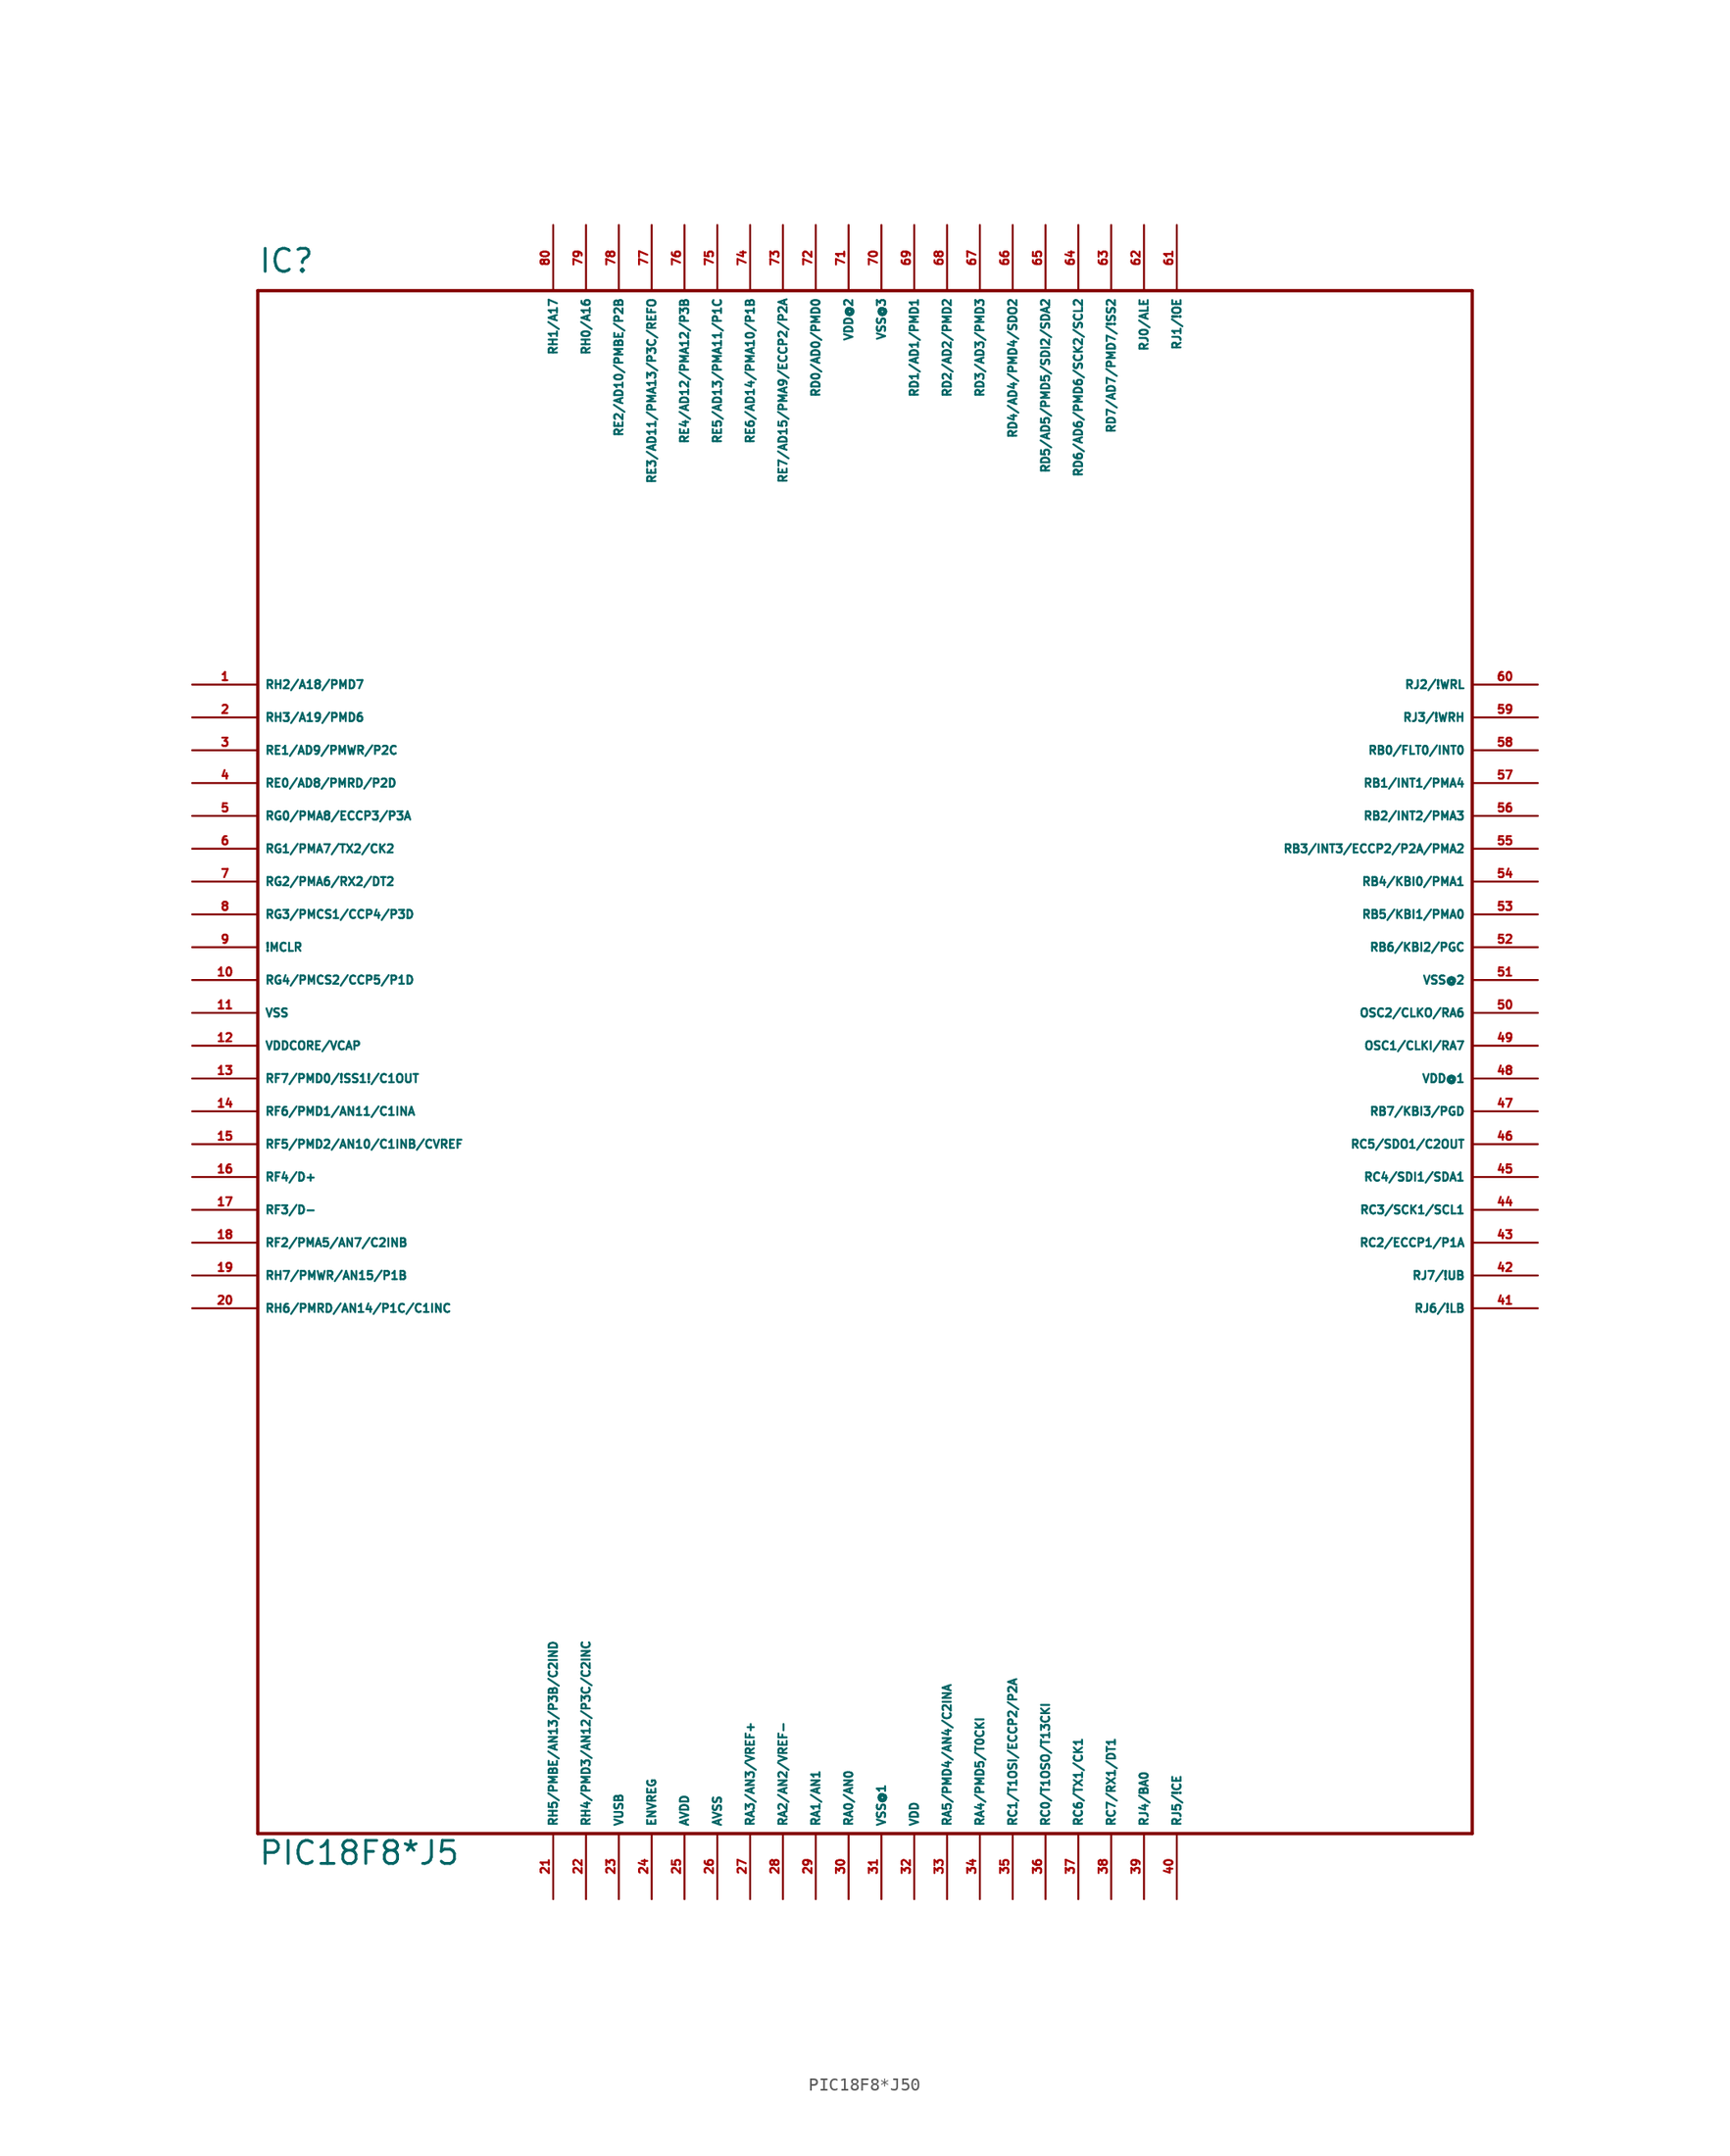
<source format=kicad_sym>
(kicad_symbol_lib
  (version 20220914)
  (generator Eagle2Kicad)
  (symbol "PIC18F8*J50"
    (property "Reference" "IC"
      (at -48.26 54.61 0)
      (effects (font (size 1.778 1.778) (thickness 0.22)) (justify left bottom)))
    (property "Value" "PIC18F8*J5"
      (at -48.26 -68.58 0)
      (effects (font (size 1.778 1.778) (thickness 0.22)) (justify left bottom)))
    (polyline
      (pts (xy -48.26 -66.04) (xy 45.72 -66.04))
      (stroke (width 0.254) (type default))
      (fill (type none)))
    (polyline
      (pts (xy 45.72 -66.04) (xy 45.72 53.34))
      (stroke (width 0.254) (type default))
      (fill (type none)))
    (polyline
      (pts (xy 45.72 53.34) (xy -48.26 53.34))
      (stroke (width 0.254) (type default))
      (fill (type none)))
    (polyline
      (pts (xy -48.26 53.34) (xy -48.26 -66.04))
      (stroke (width 0.254) (type default))
      (fill (type none)))
    (pin bidirectional line
      (at -53.34 22.86 0)
      (length 5.08)
      (name "RH2/A18/PMD7" (effects (font (size 0.635 0.635) (thickness 0.08)) (justify left bottom)))
      (number "1" (effects (font (size 0.635 0.635) (thickness 0.08)) (justify left bottom))))
    (pin bidirectional line
      (at -53.34 20.32 0)
      (length 5.08)
      (name "RH3/A19/PMD6" (effects (font (size 0.635 0.635) (thickness 0.08)) (justify left bottom)))
      (number "2" (effects (font (size 0.635 0.635) (thickness 0.08)) (justify left bottom))))
    (pin bidirectional line
      (at -53.34 17.78 0)
      (length 5.08)
      (name "RE1/AD9/PMWR/P2C" (effects (font (size 0.635 0.635) (thickness 0.08)) (justify left bottom)))
      (number "3" (effects (font (size 0.635 0.635) (thickness 0.08)) (justify left bottom))))
    (pin bidirectional line
      (at -53.34 15.24 0)
      (length 5.08)
      (name "RE0/AD8/PMRD/P2D" (effects (font (size 0.635 0.635) (thickness 0.08)) (justify left bottom)))
      (number "4" (effects (font (size 0.635 0.635) (thickness 0.08)) (justify left bottom))))
    (pin bidirectional line
      (at -53.34 12.7 0)
      (length 5.08)
      (name "RG0/PMA8/ECCP3/P3A" (effects (font (size 0.635 0.635) (thickness 0.08)) (justify left bottom)))
      (number "5" (effects (font (size 0.635 0.635) (thickness 0.08)) (justify left bottom))))
    (pin bidirectional line
      (at -53.34 10.16 0)
      (length 5.08)
      (name "RG1/PMA7/TX2/CK2" (effects (font (size 0.635 0.635) (thickness 0.08)) (justify left bottom)))
      (number "6" (effects (font (size 0.635 0.635) (thickness 0.08)) (justify left bottom))))
    (pin bidirectional line
      (at -53.34 7.62 0)
      (length 5.08)
      (name "RG2/PMA6/RX2/DT2" (effects (font (size 0.635 0.635) (thickness 0.08)) (justify left bottom)))
      (number "7" (effects (font (size 0.635 0.635) (thickness 0.08)) (justify left bottom))))
    (pin bidirectional line
      (at -53.34 5.08 0)
      (length 5.08)
      (name "RG3/PMCS1/CCP4/P3D" (effects (font (size 0.635 0.635) (thickness 0.08)) (justify left bottom)))
      (number "8" (effects (font (size 0.635 0.635) (thickness 0.08)) (justify left bottom))))
    (pin input line
      (at -53.34 2.54 0)
      (length 5.08)
      (name "!MCLR" (effects (font (size 0.635 0.635) (thickness 0.08)) (justify left bottom)))
      (number "9" (effects (font (size 0.635 0.635) (thickness 0.08)) (justify left bottom))))
    (pin bidirectional line
      (at -53.34 0 0)
      (length 5.08)
      (name "RG4/PMCS2/CCP5/P1D" (effects (font (size 0.635 0.635) (thickness 0.08)) (justify left bottom)))
      (number "10" (effects (font (size 0.635 0.635) (thickness 0.08)) (justify left bottom))))
    (pin unspecified line
      (at -53.34 -2.54 0)
      (length 5.08)
      (name "VSS" (effects (font (size 0.635 0.635) (thickness 0.08)) (justify left bottom)))
      (number "11" (effects (font (size 0.635 0.635) (thickness 0.08)) (justify left bottom))))
    (pin bidirectional line
      (at -53.34 -5.08 0)
      (length 5.08)
      (name "VDDCORE/VCAP" (effects (font (size 0.635 0.635) (thickness 0.08)) (justify left bottom)))
      (number "12" (effects (font (size 0.635 0.635) (thickness 0.08)) (justify left bottom))))
    (pin bidirectional line
      (at -53.34 -7.62 0)
      (length 5.08)
      (name "RF7/PMD0/!SS1!/C1OUT" (effects (font (size 0.635 0.635) (thickness 0.08)) (justify left bottom)))
      (number "13" (effects (font (size 0.635 0.635) (thickness 0.08)) (justify left bottom))))
    (pin bidirectional line
      (at -53.34 -10.16 0)
      (length 5.08)
      (name "RF6/PMD1/AN11/C1INA" (effects (font (size 0.635 0.635) (thickness 0.08)) (justify left bottom)))
      (number "14" (effects (font (size 0.635 0.635) (thickness 0.08)) (justify left bottom))))
    (pin bidirectional line
      (at -53.34 -12.7 0)
      (length 5.08)
      (name "RF5/PMD2/AN10/C1INB/CVREF" (effects (font (size 0.635 0.635) (thickness 0.08)) (justify left bottom)))
      (number "15" (effects (font (size 0.635 0.635) (thickness 0.08)) (justify left bottom))))
    (pin bidirectional line
      (at -53.34 -15.24 0)
      (length 5.08)
      (name "RF4/D+" (effects (font (size 0.635 0.635) (thickness 0.08)) (justify left bottom)))
      (number "16" (effects (font (size 0.635 0.635) (thickness 0.08)) (justify left bottom))))
    (pin bidirectional line
      (at -53.34 -17.78 0)
      (length 5.08)
      (name "RF3/D-" (effects (font (size 0.635 0.635) (thickness 0.08)) (justify left bottom)))
      (number "17" (effects (font (size 0.635 0.635) (thickness 0.08)) (justify left bottom))))
    (pin bidirectional line
      (at -53.34 -20.32 0)
      (length 5.08)
      (name "RF2/PMA5/AN7/C2INB" (effects (font (size 0.635 0.635) (thickness 0.08)) (justify left bottom)))
      (number "18" (effects (font (size 0.635 0.635) (thickness 0.08)) (justify left bottom))))
    (pin bidirectional line
      (at -53.34 -22.86 0)
      (length 5.08)
      (name "RH7/PMWR/AN15/P1B" (effects (font (size 0.635 0.635) (thickness 0.08)) (justify left bottom)))
      (number "19" (effects (font (size 0.635 0.635) (thickness 0.08)) (justify left bottom))))
    (pin bidirectional line
      (at -53.34 -25.4 0)
      (length 5.08)
      (name "RH6/PMRD/AN14/P1C/C1INC" (effects (font (size 0.635 0.635) (thickness 0.08)) (justify left bottom)))
      (number "20" (effects (font (size 0.635 0.635) (thickness 0.08)) (justify left bottom))))
    (pin bidirectional line
      (at -25.4 -71.12 90)
      (length 5.08)
      (name "RH5/PMBE/AN13/P3B/C2IND" (effects (font (size 0.635 0.635) (thickness 0.08)) (justify left bottom)))
      (number "21" (effects (font (size 0.635 0.635) (thickness 0.08)) (justify left bottom))))
    (pin bidirectional line
      (at -22.86 -71.12 90)
      (length 5.08)
      (name "RH4/PMD3/AN12/P3C/C2INC" (effects (font (size 0.635 0.635) (thickness 0.08)) (justify left bottom)))
      (number "22" (effects (font (size 0.635 0.635) (thickness 0.08)) (justify left bottom))))
    (pin input line
      (at -20.32 -71.12 90)
      (length 5.08)
      (name "VUSB" (effects (font (size 0.635 0.635) (thickness 0.08)) (justify left bottom)))
      (number "23" (effects (font (size 0.635 0.635) (thickness 0.08)) (justify left bottom))))
    (pin input line
      (at -17.78 -71.12 90)
      (length 5.08)
      (name "ENVREG" (effects (font (size 0.635 0.635) (thickness 0.08)) (justify left bottom)))
      (number "24" (effects (font (size 0.635 0.635) (thickness 0.08)) (justify left bottom))))
    (pin bidirectional line
      (at -15.24 -71.12 90)
      (length 5.08)
      (name "AVDD" (effects (font (size 0.635 0.635) (thickness 0.08)) (justify left bottom)))
      (number "25" (effects (font (size 0.635 0.635) (thickness 0.08)) (justify left bottom))))
    (pin bidirectional line
      (at -12.7 -71.12 90)
      (length 5.08)
      (name "AVSS" (effects (font (size 0.635 0.635) (thickness 0.08)) (justify left bottom)))
      (number "26" (effects (font (size 0.635 0.635) (thickness 0.08)) (justify left bottom))))
    (pin bidirectional line
      (at -10.16 -71.12 90)
      (length 5.08)
      (name "RA3/AN3/VREF+" (effects (font (size 0.635 0.635) (thickness 0.08)) (justify left bottom)))
      (number "27" (effects (font (size 0.635 0.635) (thickness 0.08)) (justify left bottom))))
    (pin bidirectional line
      (at -7.62 -71.12 90)
      (length 5.08)
      (name "RA2/AN2/VREF-" (effects (font (size 0.635 0.635) (thickness 0.08)) (justify left bottom)))
      (number "28" (effects (font (size 0.635 0.635) (thickness 0.08)) (justify left bottom))))
    (pin bidirectional line
      (at -5.08 -71.12 90)
      (length 5.08)
      (name "RA1/AN1" (effects (font (size 0.635 0.635) (thickness 0.08)) (justify left bottom)))
      (number "29" (effects (font (size 0.635 0.635) (thickness 0.08)) (justify left bottom))))
    (pin bidirectional line
      (at -2.54 -71.12 90)
      (length 5.08)
      (name "RA0/AN0" (effects (font (size 0.635 0.635) (thickness 0.08)) (justify left bottom)))
      (number "30" (effects (font (size 0.635 0.635) (thickness 0.08)) (justify left bottom))))
    (pin unspecified line
      (at 0 -71.12 90)
      (length 5.08)
      (name "VSS@1" (effects (font (size 0.635 0.635) (thickness 0.08)) (justify left bottom)))
      (number "31" (effects (font (size 0.635 0.635) (thickness 0.08)) (justify left bottom))))
    (pin unspecified line
      (at 2.54 -71.12 90)
      (length 5.08)
      (name "VDD" (effects (font (size 0.635 0.635) (thickness 0.08)) (justify left bottom)))
      (number "32" (effects (font (size 0.635 0.635) (thickness 0.08)) (justify left bottom))))
    (pin bidirectional line
      (at 5.08 -71.12 90)
      (length 5.08)
      (name "RA5/PMD4/AN4/C2INA" (effects (font (size 0.635 0.635) (thickness 0.08)) (justify left bottom)))
      (number "33" (effects (font (size 0.635 0.635) (thickness 0.08)) (justify left bottom))))
    (pin bidirectional line
      (at 7.62 -71.12 90)
      (length 5.08)
      (name "RA4/PMD5/T0CKI" (effects (font (size 0.635 0.635) (thickness 0.08)) (justify left bottom)))
      (number "34" (effects (font (size 0.635 0.635) (thickness 0.08)) (justify left bottom))))
    (pin bidirectional line
      (at 10.16 -71.12 90)
      (length 5.08)
      (name "RC1/T1OSI/ECCP2/P2A" (effects (font (size 0.635 0.635) (thickness 0.08)) (justify left bottom)))
      (number "35" (effects (font (size 0.635 0.635) (thickness 0.08)) (justify left bottom))))
    (pin bidirectional line
      (at 12.7 -71.12 90)
      (length 5.08)
      (name "RC0/T1OSO/T13CKI" (effects (font (size 0.635 0.635) (thickness 0.08)) (justify left bottom)))
      (number "36" (effects (font (size 0.635 0.635) (thickness 0.08)) (justify left bottom))))
    (pin bidirectional line
      (at 15.24 -71.12 90)
      (length 5.08)
      (name "RC6/TX1/CK1" (effects (font (size 0.635 0.635) (thickness 0.08)) (justify left bottom)))
      (number "37" (effects (font (size 0.635 0.635) (thickness 0.08)) (justify left bottom))))
    (pin bidirectional line
      (at 17.78 -71.12 90)
      (length 5.08)
      (name "RC7/RX1/DT1" (effects (font (size 0.635 0.635) (thickness 0.08)) (justify left bottom)))
      (number "38" (effects (font (size 0.635 0.635) (thickness 0.08)) (justify left bottom))))
    (pin bidirectional line
      (at 20.32 -71.12 90)
      (length 5.08)
      (name "RJ4/BA0" (effects (font (size 0.635 0.635) (thickness 0.08)) (justify left bottom)))
      (number "39" (effects (font (size 0.635 0.635) (thickness 0.08)) (justify left bottom))))
    (pin bidirectional line
      (at 22.86 -71.12 90)
      (length 5.08)
      (name "RJ5/!CE" (effects (font (size 0.635 0.635) (thickness 0.08)) (justify left bottom)))
      (number "40" (effects (font (size 0.635 0.635) (thickness 0.08)) (justify left bottom))))
    (pin bidirectional line
      (at 50.8 -25.4 180)
      (length 5.08)
      (name "RJ6/!LB" (effects (font (size 0.635 0.635) (thickness 0.08)) (justify left bottom)))
      (number "41" (effects (font (size 0.635 0.635) (thickness 0.08)) (justify left bottom))))
    (pin bidirectional line
      (at 50.8 -22.86 180)
      (length 5.08)
      (name "RJ7/!UB" (effects (font (size 0.635 0.635) (thickness 0.08)) (justify left bottom)))
      (number "42" (effects (font (size 0.635 0.635) (thickness 0.08)) (justify left bottom))))
    (pin bidirectional line
      (at 50.8 -20.32 180)
      (length 5.08)
      (name "RC2/ECCP1/P1A" (effects (font (size 0.635 0.635) (thickness 0.08)) (justify left bottom)))
      (number "43" (effects (font (size 0.635 0.635) (thickness 0.08)) (justify left bottom))))
    (pin bidirectional line
      (at 50.8 -17.78 180)
      (length 5.08)
      (name "RC3/SCK1/SCL1" (effects (font (size 0.635 0.635) (thickness 0.08)) (justify left bottom)))
      (number "44" (effects (font (size 0.635 0.635) (thickness 0.08)) (justify left bottom))))
    (pin bidirectional line
      (at 50.8 -15.24 180)
      (length 5.08)
      (name "RC4/SDI1/SDA1" (effects (font (size 0.635 0.635) (thickness 0.08)) (justify left bottom)))
      (number "45" (effects (font (size 0.635 0.635) (thickness 0.08)) (justify left bottom))))
    (pin bidirectional line
      (at 50.8 -12.7 180)
      (length 5.08)
      (name "RC5/SDO1/C2OUT" (effects (font (size 0.635 0.635) (thickness 0.08)) (justify left bottom)))
      (number "46" (effects (font (size 0.635 0.635) (thickness 0.08)) (justify left bottom))))
    (pin bidirectional line
      (at 50.8 -10.16 180)
      (length 5.08)
      (name "RB7/KBI3/PGD" (effects (font (size 0.635 0.635) (thickness 0.08)) (justify left bottom)))
      (number "47" (effects (font (size 0.635 0.635) (thickness 0.08)) (justify left bottom))))
    (pin unspecified line
      (at 50.8 -7.62 180)
      (length 5.08)
      (name "VDD@1" (effects (font (size 0.635 0.635) (thickness 0.08)) (justify left bottom)))
      (number "48" (effects (font (size 0.635 0.635) (thickness 0.08)) (justify left bottom))))
    (pin bidirectional line
      (at 50.8 -5.08 180)
      (length 5.08)
      (name "OSC1/CLKI/RA7" (effects (font (size 0.635 0.635) (thickness 0.08)) (justify left bottom)))
      (number "49" (effects (font (size 0.635 0.635) (thickness 0.08)) (justify left bottom))))
    (pin bidirectional line
      (at 50.8 -2.54 180)
      (length 5.08)
      (name "OSC2/CLKO/RA6" (effects (font (size 0.635 0.635) (thickness 0.08)) (justify left bottom)))
      (number "50" (effects (font (size 0.635 0.635) (thickness 0.08)) (justify left bottom))))
    (pin unspecified line
      (at 50.8 0 180)
      (length 5.08)
      (name "VSS@2" (effects (font (size 0.635 0.635) (thickness 0.08)) (justify left bottom)))
      (number "51" (effects (font (size 0.635 0.635) (thickness 0.08)) (justify left bottom))))
    (pin bidirectional line
      (at 50.8 2.54 180)
      (length 5.08)
      (name "RB6/KBI2/PGC" (effects (font (size 0.635 0.635) (thickness 0.08)) (justify left bottom)))
      (number "52" (effects (font (size 0.635 0.635) (thickness 0.08)) (justify left bottom))))
    (pin bidirectional line
      (at 50.8 5.08 180)
      (length 5.08)
      (name "RB5/KBI1/PMA0" (effects (font (size 0.635 0.635) (thickness 0.08)) (justify left bottom)))
      (number "53" (effects (font (size 0.635 0.635) (thickness 0.08)) (justify left bottom))))
    (pin bidirectional line
      (at 50.8 7.62 180)
      (length 5.08)
      (name "RB4/KBI0/PMA1" (effects (font (size 0.635 0.635) (thickness 0.08)) (justify left bottom)))
      (number "54" (effects (font (size 0.635 0.635) (thickness 0.08)) (justify left bottom))))
    (pin bidirectional line
      (at 50.8 10.16 180)
      (length 5.08)
      (name "RB3/INT3/ECCP2/P2A/PMA2" (effects (font (size 0.635 0.635) (thickness 0.08)) (justify left bottom)))
      (number "55" (effects (font (size 0.635 0.635) (thickness 0.08)) (justify left bottom))))
    (pin bidirectional line
      (at 50.8 12.7 180)
      (length 5.08)
      (name "RB2/INT2/PMA3" (effects (font (size 0.635 0.635) (thickness 0.08)) (justify left bottom)))
      (number "56" (effects (font (size 0.635 0.635) (thickness 0.08)) (justify left bottom))))
    (pin bidirectional line
      (at 50.8 15.24 180)
      (length 5.08)
      (name "RB1/INT1/PMA4" (effects (font (size 0.635 0.635) (thickness 0.08)) (justify left bottom)))
      (number "57" (effects (font (size 0.635 0.635) (thickness 0.08)) (justify left bottom))))
    (pin bidirectional line
      (at 50.8 17.78 180)
      (length 5.08)
      (name "RB0/FLT0/INT0" (effects (font (size 0.635 0.635) (thickness 0.08)) (justify left bottom)))
      (number "58" (effects (font (size 0.635 0.635) (thickness 0.08)) (justify left bottom))))
    (pin bidirectional line
      (at 50.8 20.32 180)
      (length 5.08)
      (name "RJ3/!WRH" (effects (font (size 0.635 0.635) (thickness 0.08)) (justify left bottom)))
      (number "59" (effects (font (size 0.635 0.635) (thickness 0.08)) (justify left bottom))))
    (pin bidirectional line
      (at 50.8 22.86 180)
      (length 5.08)
      (name "RJ2/!WRL" (effects (font (size 0.635 0.635) (thickness 0.08)) (justify left bottom)))
      (number "60" (effects (font (size 0.635 0.635) (thickness 0.08)) (justify left bottom))))
    (pin bidirectional line
      (at 22.86 58.42 270)
      (length 5.08)
      (name "RJ1/!OE" (effects (font (size 0.635 0.635) (thickness 0.08)) (justify left bottom)))
      (number "61" (effects (font (size 0.635 0.635) (thickness 0.08)) (justify left bottom))))
    (pin bidirectional line
      (at 20.32 58.42 270)
      (length 5.08)
      (name "RJ0/ALE" (effects (font (size 0.635 0.635) (thickness 0.08)) (justify left bottom)))
      (number "62" (effects (font (size 0.635 0.635) (thickness 0.08)) (justify left bottom))))
    (pin bidirectional line
      (at 17.78 58.42 270)
      (length 5.08)
      (name "RD7/AD7/PMD7/!SS2" (effects (font (size 0.635 0.635) (thickness 0.08)) (justify left bottom)))
      (number "63" (effects (font (size 0.635 0.635) (thickness 0.08)) (justify left bottom))))
    (pin bidirectional line
      (at 15.24 58.42 270)
      (length 5.08)
      (name "RD6/AD6/PMD6/SCK2/SCL2" (effects (font (size 0.635 0.635) (thickness 0.08)) (justify left bottom)))
      (number "64" (effects (font (size 0.635 0.635) (thickness 0.08)) (justify left bottom))))
    (pin bidirectional line
      (at 12.7 58.42 270)
      (length 5.08)
      (name "RD5/AD5/PMD5/SDI2/SDA2" (effects (font (size 0.635 0.635) (thickness 0.08)) (justify left bottom)))
      (number "65" (effects (font (size 0.635 0.635) (thickness 0.08)) (justify left bottom))))
    (pin bidirectional line
      (at 10.16 58.42 270)
      (length 5.08)
      (name "RD4/AD4/PMD4/SDO2" (effects (font (size 0.635 0.635) (thickness 0.08)) (justify left bottom)))
      (number "66" (effects (font (size 0.635 0.635) (thickness 0.08)) (justify left bottom))))
    (pin bidirectional line
      (at 7.62 58.42 270)
      (length 5.08)
      (name "RD3/AD3/PMD3" (effects (font (size 0.635 0.635) (thickness 0.08)) (justify left bottom)))
      (number "67" (effects (font (size 0.635 0.635) (thickness 0.08)) (justify left bottom))))
    (pin bidirectional line
      (at 5.08 58.42 270)
      (length 5.08)
      (name "RD2/AD2/PMD2" (effects (font (size 0.635 0.635) (thickness 0.08)) (justify left bottom)))
      (number "68" (effects (font (size 0.635 0.635) (thickness 0.08)) (justify left bottom))))
    (pin bidirectional line
      (at 2.54 58.42 270)
      (length 5.08)
      (name "RD1/AD1/PMD1" (effects (font (size 0.635 0.635) (thickness 0.08)) (justify left bottom)))
      (number "69" (effects (font (size 0.635 0.635) (thickness 0.08)) (justify left bottom))))
    (pin unspecified line
      (at 0 58.42 270)
      (length 5.08)
      (name "VSS@3" (effects (font (size 0.635 0.635) (thickness 0.08)) (justify left bottom)))
      (number "70" (effects (font (size 0.635 0.635) (thickness 0.08)) (justify left bottom))))
    (pin unspecified line
      (at -2.54 58.42 270)
      (length 5.08)
      (name "VDD@2" (effects (font (size 0.635 0.635) (thickness 0.08)) (justify left bottom)))
      (number "71" (effects (font (size 0.635 0.635) (thickness 0.08)) (justify left bottom))))
    (pin bidirectional line
      (at -5.08 58.42 270)
      (length 5.08)
      (name "RD0/AD0/PMD0" (effects (font (size 0.635 0.635) (thickness 0.08)) (justify left bottom)))
      (number "72" (effects (font (size 0.635 0.635) (thickness 0.08)) (justify left bottom))))
    (pin bidirectional line
      (at -7.62 58.42 270)
      (length 5.08)
      (name "RE7/AD15/PMA9/ECCP2/P2A" (effects (font (size 0.635 0.635) (thickness 0.08)) (justify left bottom)))
      (number "73" (effects (font (size 0.635 0.635) (thickness 0.08)) (justify left bottom))))
    (pin bidirectional line
      (at -10.16 58.42 270)
      (length 5.08)
      (name "RE6/AD14/PMA10/P1B" (effects (font (size 0.635 0.635) (thickness 0.08)) (justify left bottom)))
      (number "74" (effects (font (size 0.635 0.635) (thickness 0.08)) (justify left bottom))))
    (pin bidirectional line
      (at -12.7 58.42 270)
      (length 5.08)
      (name "RE5/AD13/PMA11/P1C" (effects (font (size 0.635 0.635) (thickness 0.08)) (justify left bottom)))
      (number "75" (effects (font (size 0.635 0.635) (thickness 0.08)) (justify left bottom))))
    (pin bidirectional line
      (at -15.24 58.42 270)
      (length 5.08)
      (name "RE4/AD12/PMA12/P3B" (effects (font (size 0.635 0.635) (thickness 0.08)) (justify left bottom)))
      (number "76" (effects (font (size 0.635 0.635) (thickness 0.08)) (justify left bottom))))
    (pin bidirectional line
      (at -17.78 58.42 270)
      (length 5.08)
      (name "RE3/AD11/PMA13/P3C/REFO" (effects (font (size 0.635 0.635) (thickness 0.08)) (justify left bottom)))
      (number "77" (effects (font (size 0.635 0.635) (thickness 0.08)) (justify left bottom))))
    (pin bidirectional line
      (at -20.32 58.42 270)
      (length 5.08)
      (name "RE2/AD10/PMBE/P2B" (effects (font (size 0.635 0.635) (thickness 0.08)) (justify left bottom)))
      (number "78" (effects (font (size 0.635 0.635) (thickness 0.08)) (justify left bottom))))
    (pin bidirectional line
      (at -22.86 58.42 270)
      (length 5.08)
      (name "RH0/A16" (effects (font (size 0.635 0.635) (thickness 0.08)) (justify left bottom)))
      (number "79" (effects (font (size 0.635 0.635) (thickness 0.08)) (justify left bottom))))
    (pin bidirectional line
      (at -25.4 58.42 270)
      (length 5.08)
      (name "RH1/A17" (effects (font (size 0.635 0.635) (thickness 0.08)) (justify left bottom)))
      (number "80" (effects (font (size 0.635 0.635) (thickness 0.08)) (justify left bottom))))))
</source>
